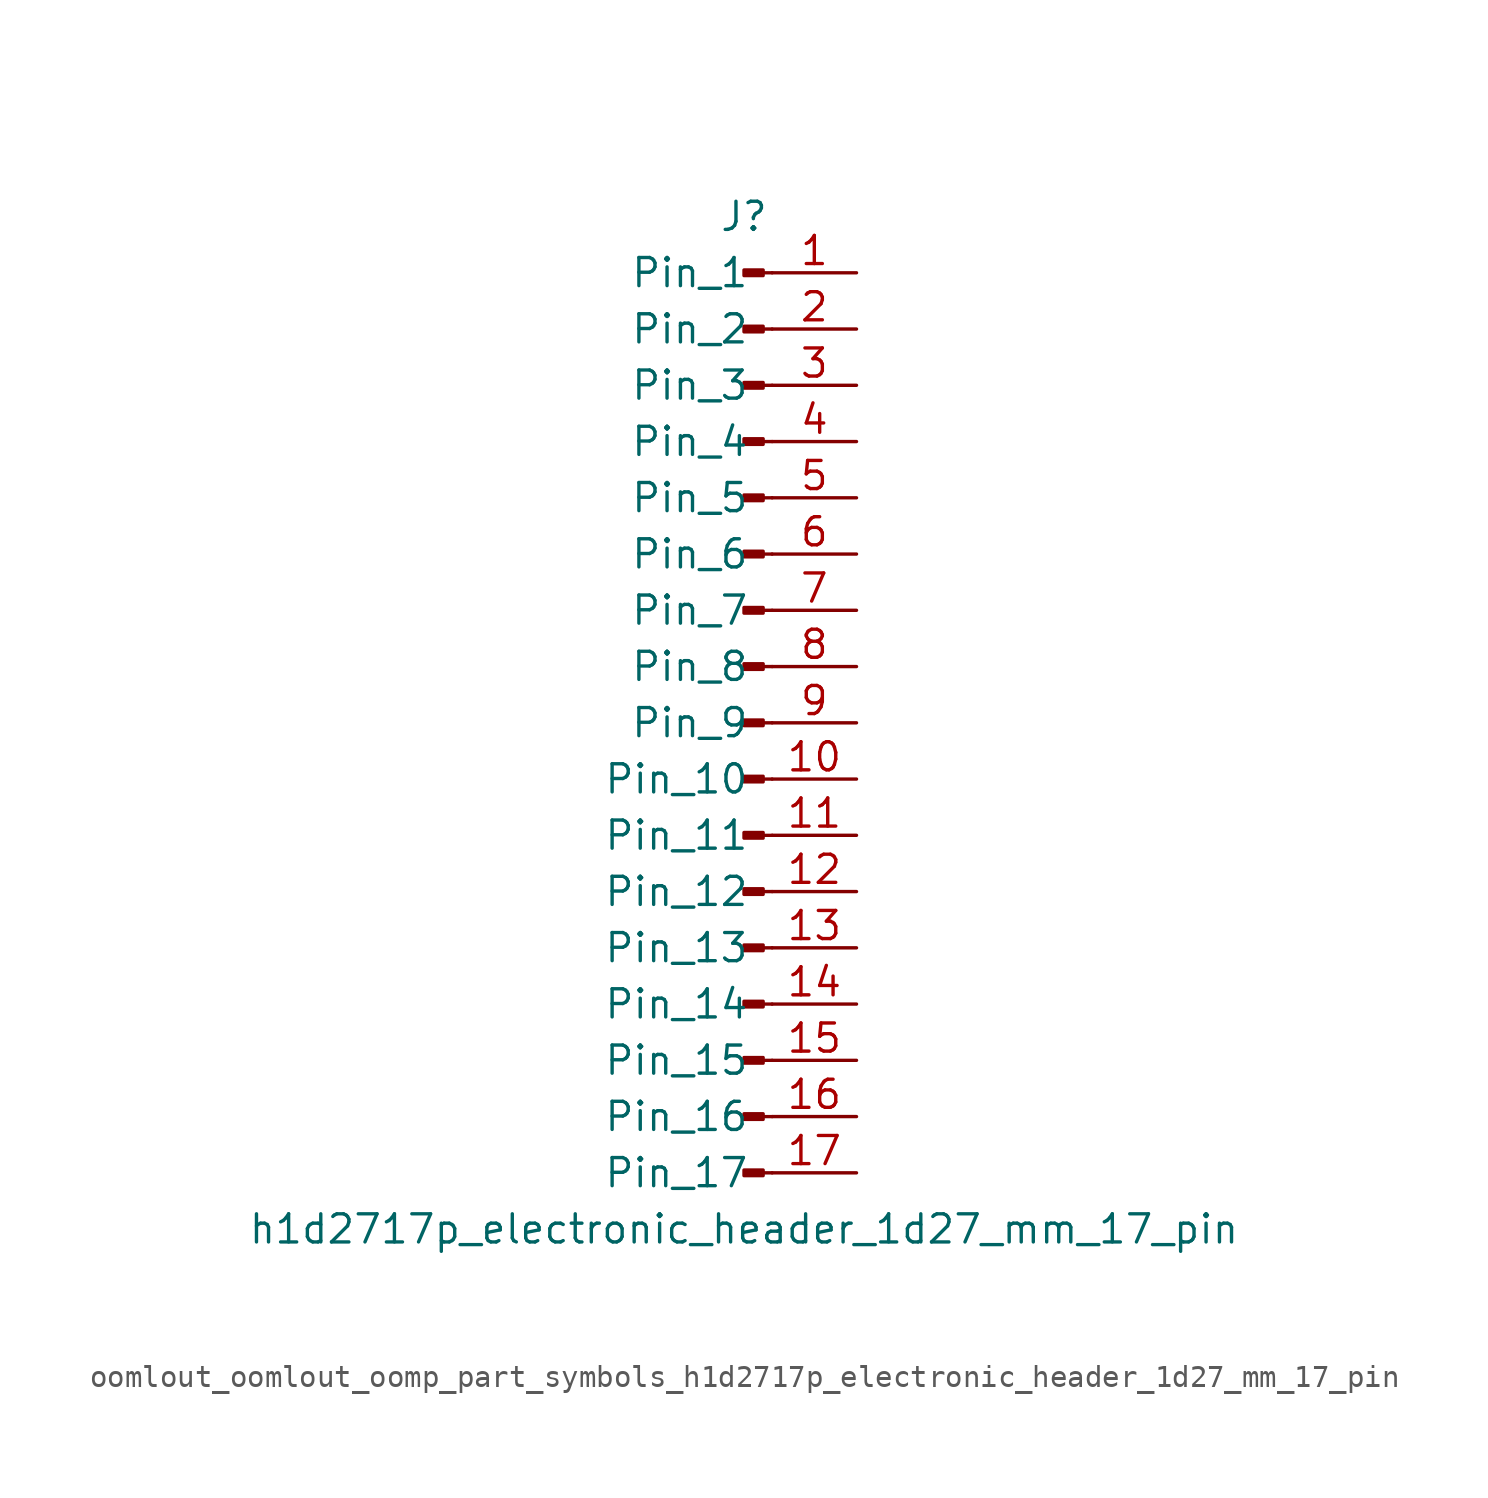
<source format=kicad_sym>
(kicad_symbol_lib
  (version 20220914)
  (generator kicad_symbol_editor)
  (symbol "oomlout_oomlout_oomp_part_symbols_h1d2717p_electronic_header_1d27_mm_17_pin"
    (pin_names
      (offset 1.016))
    (property "Reference" "J"
      (at 0 22.86 0)
      (effects (font (size 1.27 1.27))))
    (property "Value" "h1d2717p_electronic_header_1d27_mm_17_pin"
      (at 0 -22.86 0)
      (effects (font (size 1.27 1.27))))
    (property "ki_locked" ""
      (at 0 0 0)
      (effects (font (size 1.27 1.27))))
    (symbol "oomlout_oomlout_oomp_part_symbols_h1d2717p_electronic_header_1d27_mm_17_pin_1_1"
      (polyline (pts (xy 1.27 -20.32) (xy 0.864 -20.32)) (stroke (width 0.152) (type default)) (fill (type none)))
      (polyline (pts (xy 1.27 -17.78) (xy 0.864 -17.78)) (stroke (width 0.152) (type default)) (fill (type none)))
      (polyline (pts (xy 1.27 -15.24) (xy 0.864 -15.24)) (stroke (width 0.152) (type default)) (fill (type none)))
      (polyline (pts (xy 1.27 -12.7) (xy 0.864 -12.7)) (stroke (width 0.152) (type default)) (fill (type none)))
      (polyline (pts (xy 1.27 -10.16) (xy 0.864 -10.16)) (stroke (width 0.152) (type default)) (fill (type none)))
      (polyline (pts (xy 1.27 -7.62) (xy 0.864 -7.62)) (stroke (width 0.152) (type default)) (fill (type none)))
      (polyline (pts (xy 1.27 -5.08) (xy 0.864 -5.08)) (stroke (width 0.152) (type default)) (fill (type none)))
      (polyline (pts (xy 1.27 -2.54) (xy 0.864 -2.54)) (stroke (width 0.152) (type default)) (fill (type none)))
      (polyline (pts (xy 1.27 0) (xy 0.864 0)) (stroke (width 0.152) (type default)) (fill (type none)))
      (polyline (pts (xy 1.27 2.54) (xy 0.864 2.54)) (stroke (width 0.152) (type default)) (fill (type none)))
      (polyline (pts (xy 1.27 5.08) (xy 0.864 5.08)) (stroke (width 0.152) (type default)) (fill (type none)))
      (polyline (pts (xy 1.27 7.62) (xy 0.864 7.62)) (stroke (width 0.152) (type default)) (fill (type none)))
      (polyline (pts (xy 1.27 10.16) (xy 0.864 10.16)) (stroke (width 0.152) (type default)) (fill (type none)))
      (polyline (pts (xy 1.27 12.7) (xy 0.864 12.7)) (stroke (width 0.152) (type default)) (fill (type none)))
      (polyline (pts (xy 1.27 15.24) (xy 0.864 15.24)) (stroke (width 0.152) (type default)) (fill (type none)))
      (polyline (pts (xy 1.27 17.78) (xy 0.864 17.78)) (stroke (width 0.152) (type default)) (fill (type none)))
      (polyline (pts (xy 1.27 20.32) (xy 0.864 20.32)) (stroke (width 0.152) (type default)) (fill (type none)))
      (rectangle (start 0.864 -20.193) (end 0 -20.447) (stroke (width 0.152) (type default)) (fill (type outline)))
      (rectangle (start 0.864 -17.653) (end 0 -17.907) (stroke (width 0.152) (type default)) (fill (type outline)))
      (rectangle (start 0.864 -15.113) (end 0 -15.367) (stroke (width 0.152) (type default)) (fill (type outline)))
      (rectangle (start 0.864 -12.573) (end 0 -12.827) (stroke (width 0.152) (type default)) (fill (type outline)))
      (rectangle (start 0.864 -10.033) (end 0 -10.287) (stroke (width 0.152) (type default)) (fill (type outline)))
      (rectangle (start 0.864 -7.493) (end 0 -7.747) (stroke (width 0.152) (type default)) (fill (type outline)))
      (rectangle (start 0.864 -4.953) (end 0 -5.207) (stroke (width 0.152) (type default)) (fill (type outline)))
      (rectangle (start 0.864 -2.413) (end 0 -2.667) (stroke (width 0.152) (type default)) (fill (type outline)))
      (rectangle (start 0.864 0.127) (end 0 -0.127) (stroke (width 0.152) (type default)) (fill (type outline)))
      (rectangle (start 0.864 2.667) (end 0 2.413) (stroke (width 0.152) (type default)) (fill (type outline)))
      (rectangle (start 0.864 5.207) (end 0 4.953) (stroke (width 0.152) (type default)) (fill (type outline)))
      (rectangle (start 0.864 7.747) (end 0 7.493) (stroke (width 0.152) (type default)) (fill (type outline)))
      (rectangle (start 0.864 10.287) (end 0 10.033) (stroke (width 0.152) (type default)) (fill (type outline)))
      (rectangle (start 0.864 12.827) (end 0 12.573) (stroke (width 0.152) (type default)) (fill (type outline)))
      (rectangle (start 0.864 15.367) (end 0 15.113) (stroke (width 0.152) (type default)) (fill (type outline)))
      (rectangle (start 0.864 17.907) (end 0 17.653) (stroke (width 0.152) (type default)) (fill (type outline)))
      (rectangle (start 0.864 20.447) (end 0 20.193) (stroke (width 0.152) (type default)) (fill (type outline)))
      (pin passive line (at 5.08 20.32 180) (length 3.81) (name "Pin_1" (effects (font (size 1.27 1.27)))) (number "1" (effects (font (size 1.27 1.27)))))
      (pin passive line (at 5.08 -2.54 180) (length 3.81) (name "Pin_10" (effects (font (size 1.27 1.27)))) (number "10" (effects (font (size 1.27 1.27)))))
      (pin passive line (at 5.08 -5.08 180) (length 3.81) (name "Pin_11" (effects (font (size 1.27 1.27)))) (number "11" (effects (font (size 1.27 1.27)))))
      (pin passive line (at 5.08 -7.62 180) (length 3.81) (name "Pin_12" (effects (font (size 1.27 1.27)))) (number "12" (effects (font (size 1.27 1.27)))))
      (pin passive line (at 5.08 -10.16 180) (length 3.81) (name "Pin_13" (effects (font (size 1.27 1.27)))) (number "13" (effects (font (size 1.27 1.27)))))
      (pin passive line (at 5.08 -12.7 180) (length 3.81) (name "Pin_14" (effects (font (size 1.27 1.27)))) (number "14" (effects (font (size 1.27 1.27)))))
      (pin passive line (at 5.08 -15.24 180) (length 3.81) (name "Pin_15" (effects (font (size 1.27 1.27)))) (number "15" (effects (font (size 1.27 1.27)))))
      (pin passive line (at 5.08 -17.78 180) (length 3.81) (name "Pin_16" (effects (font (size 1.27 1.27)))) (number "16" (effects (font (size 1.27 1.27)))))
      (pin passive line (at 5.08 -20.32 180) (length 3.81) (name "Pin_17" (effects (font (size 1.27 1.27)))) (number "17" (effects (font (size 1.27 1.27)))))
      (pin passive line (at 5.08 17.78 180) (length 3.81) (name "Pin_2" (effects (font (size 1.27 1.27)))) (number "2" (effects (font (size 1.27 1.27)))))
      (pin passive line (at 5.08 15.24 180) (length 3.81) (name "Pin_3" (effects (font (size 1.27 1.27)))) (number "3" (effects (font (size 1.27 1.27)))))
      (pin passive line (at 5.08 12.7 180) (length 3.81) (name "Pin_4" (effects (font (size 1.27 1.27)))) (number "4" (effects (font (size 1.27 1.27)))))
      (pin passive line (at 5.08 10.16 180) (length 3.81) (name "Pin_5" (effects (font (size 1.27 1.27)))) (number "5" (effects (font (size 1.27 1.27)))))
      (pin passive line (at 5.08 7.62 180) (length 3.81) (name "Pin_6" (effects (font (size 1.27 1.27)))) (number "6" (effects (font (size 1.27 1.27)))))
      (pin passive line (at 5.08 5.08 180) (length 3.81) (name "Pin_7" (effects (font (size 1.27 1.27)))) (number "7" (effects (font (size 1.27 1.27)))))
      (pin passive line (at 5.08 2.54 180) (length 3.81) (name "Pin_8" (effects (font (size 1.27 1.27)))) (number "8" (effects (font (size 1.27 1.27)))))
      (pin passive line (at 5.08 0 180) (length 3.81) (name "Pin_9" (effects (font (size 1.27 1.27)))) (number "9" (effects (font (size 1.27 1.27))))))))
</source>
